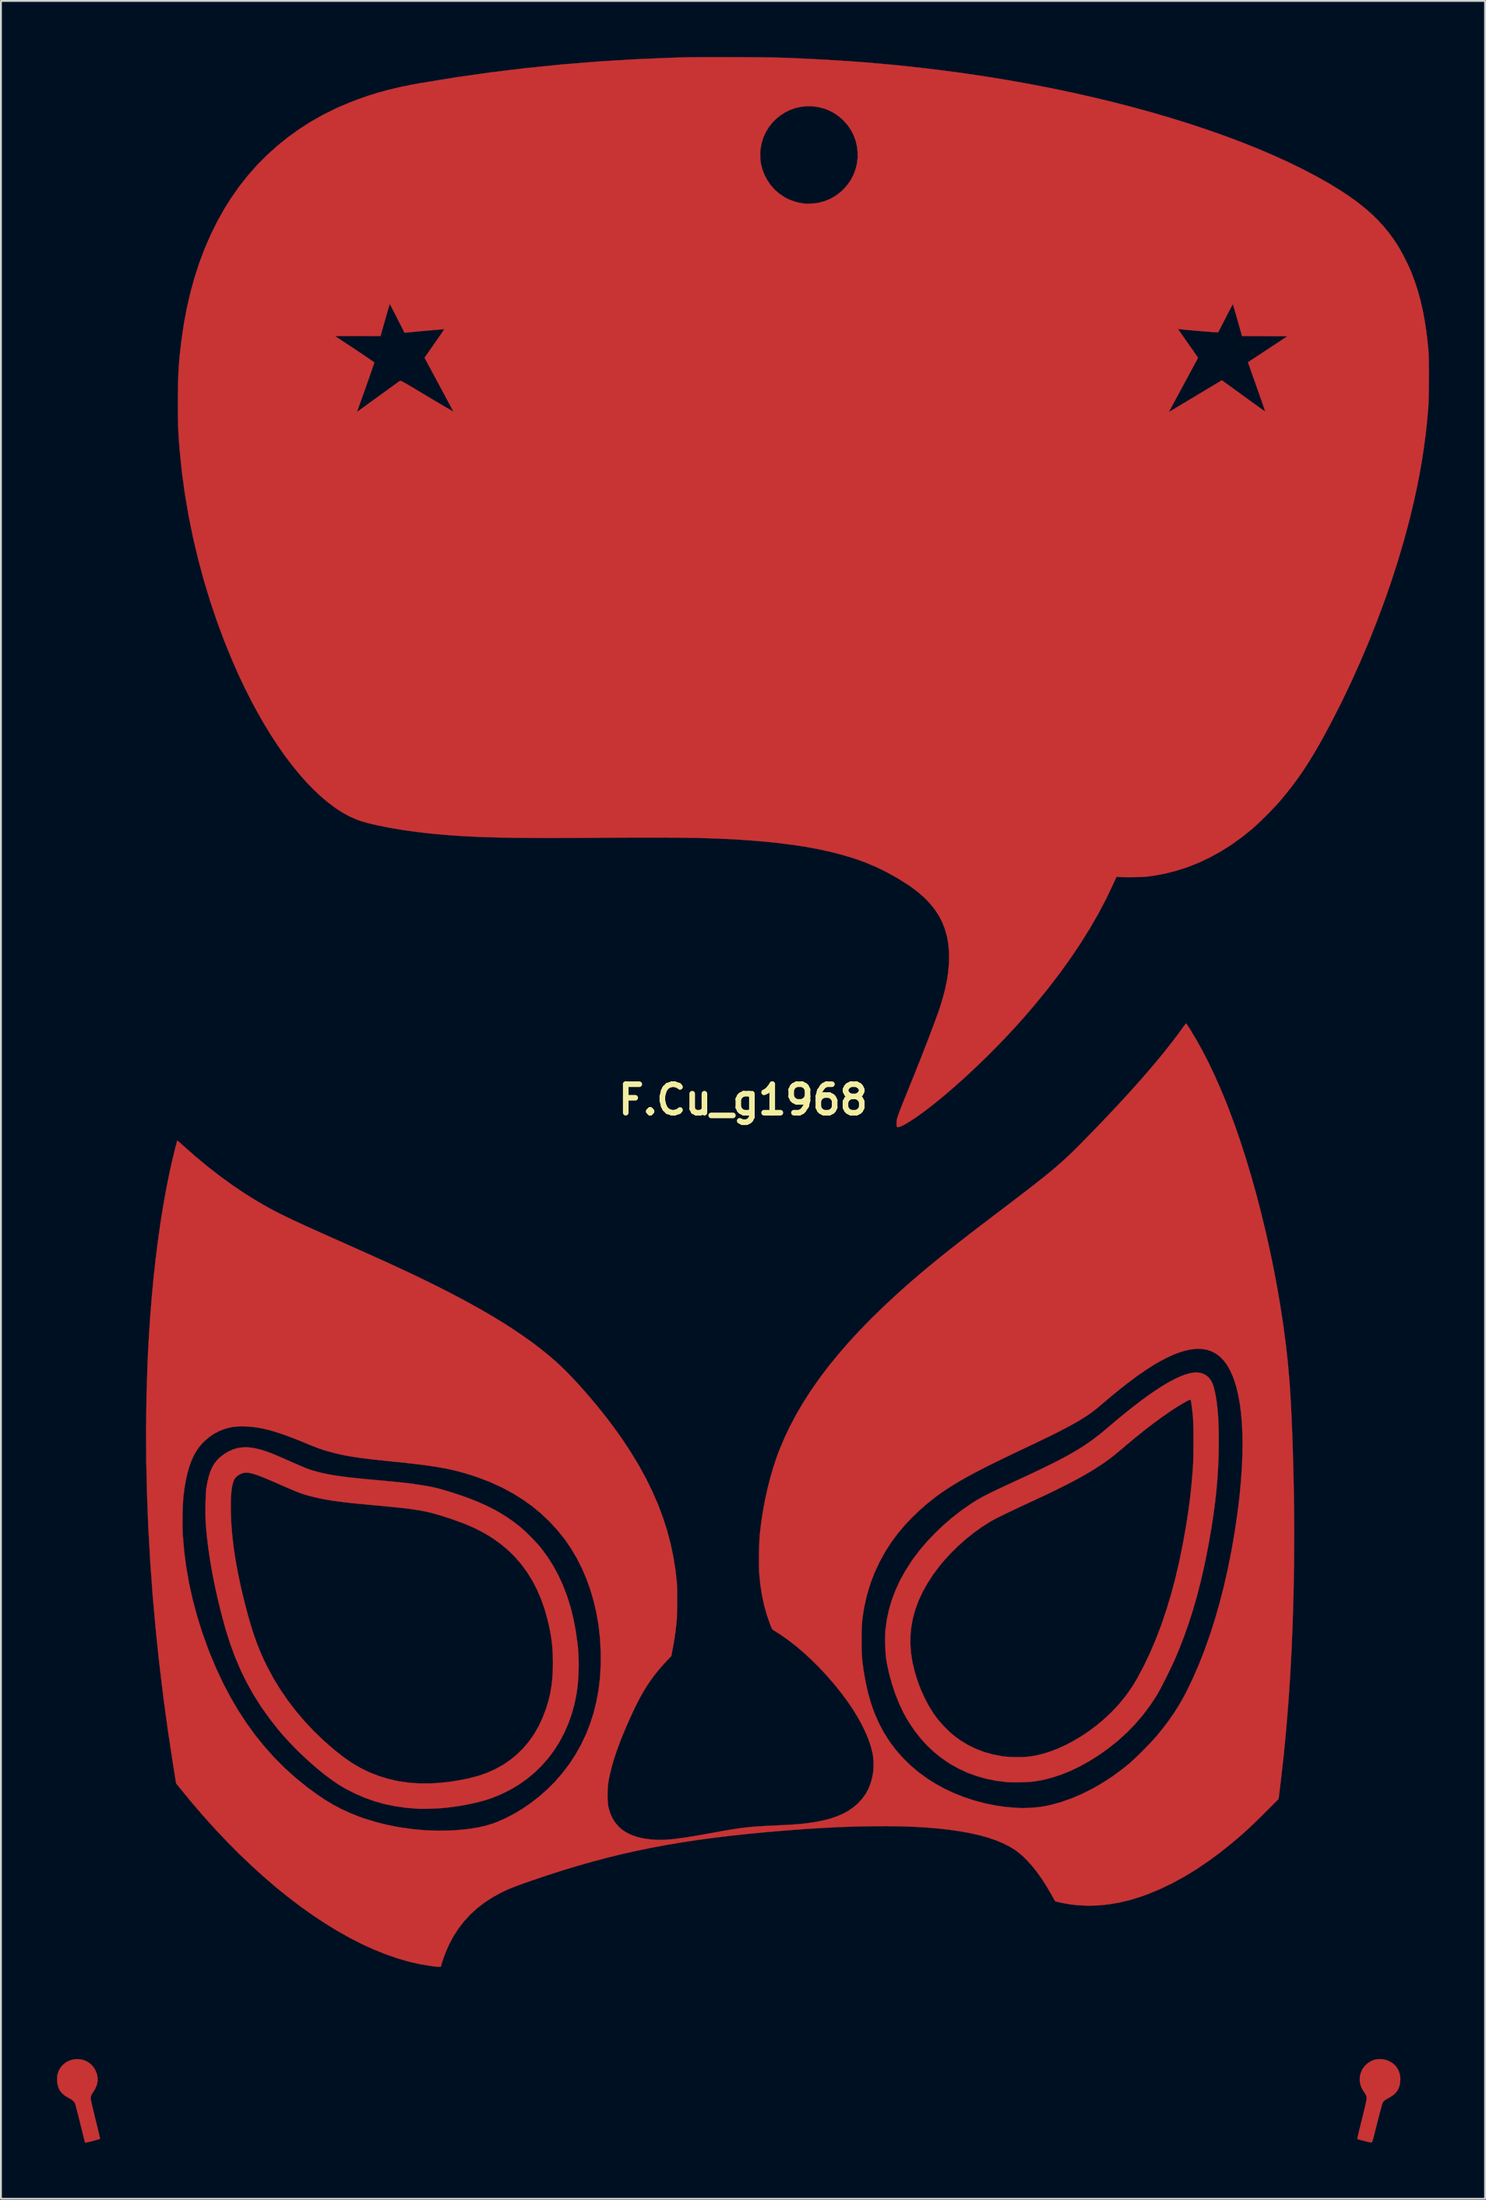
<source format=kicad_pcb>
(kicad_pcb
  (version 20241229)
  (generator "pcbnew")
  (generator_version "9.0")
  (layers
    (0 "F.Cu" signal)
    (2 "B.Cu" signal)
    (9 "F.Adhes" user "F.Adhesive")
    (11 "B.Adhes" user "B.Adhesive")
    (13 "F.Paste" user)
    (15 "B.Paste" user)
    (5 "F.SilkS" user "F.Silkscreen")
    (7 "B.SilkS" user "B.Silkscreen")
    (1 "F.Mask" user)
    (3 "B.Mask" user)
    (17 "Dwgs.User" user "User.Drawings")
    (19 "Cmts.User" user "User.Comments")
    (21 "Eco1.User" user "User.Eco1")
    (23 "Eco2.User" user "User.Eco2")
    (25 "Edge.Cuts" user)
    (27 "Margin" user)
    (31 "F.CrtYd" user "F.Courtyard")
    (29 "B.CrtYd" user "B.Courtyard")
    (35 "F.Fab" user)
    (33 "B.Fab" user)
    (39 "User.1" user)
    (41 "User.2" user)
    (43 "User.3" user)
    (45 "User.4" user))
  (footprint "F.Cu_g1968"
    (layer "F.Cu")
    (at 36.705 55.775)
    (property "Reference" "F.Cu_g1968" (at 0 0 0) (layer "F.SilkS") (effects (font (size 1.524 1.524) (thickness 0.3))))
    (attr through_hole)
    (fp_poly (pts (xy 34.223 51.316) (xy 34.418 51.36) (xy 34.601 51.436) (xy 34.767 51.541) (xy 34.907 51.671) (xy 34.977 51.764) (xy 35.073 51.935) (xy 35.133 52.111) (xy 35.161 52.303) (xy 35.163 52.398) (xy 35.146 52.62) (xy 35.095 52.817) (xy 35.009 52.991) (xy 34.887 53.143) (xy 34.728 53.275) (xy 34.544 53.382) (xy 34.42 53.449) (xy 34.33 53.51) (xy 34.265 53.573) (xy 34.228 53.624) (xy 34.212 53.663) (xy 34.186 53.74) (xy 34.153 53.854) (xy 34.112 54.002) (xy 34.064 54.181) (xy 34.01 54.39) (xy 33.95 54.626) (xy 33.923 54.73) (xy 33.865 54.963) (xy 33.816 55.158) (xy 33.775 55.318) (xy 33.741 55.447) (xy 33.714 55.549) (xy 33.692 55.626) (xy 33.674 55.682) (xy 33.659 55.721) (xy 33.647 55.746) (xy 33.635 55.759) (xy 33.624 55.765) (xy 33.612 55.767) (xy 33.575 55.763) (xy 33.504 55.75) (xy 33.409 55.729) (xy 33.298 55.702) (xy 33.217 55.682) (xy 33.103 55.652) (xy 33.003 55.625) (xy 32.925 55.603) (xy 32.875 55.587) (xy 32.862 55.581) (xy 32.864 55.559) (xy 32.876 55.499) (xy 32.897 55.406) (xy 32.925 55.285) (xy 32.96 55.137) (xy 33.001 54.969) (xy 33.046 54.784) (xy 33.096 54.585) (xy 33.106 54.544) (xy 33.164 54.312) (xy 33.216 54.099) (xy 33.261 53.909) (xy 33.299 53.744) (xy 33.329 53.608) (xy 33.35 53.504) (xy 33.362 53.436) (xy 33.364 53.414) (xy 33.357 53.33) (xy 33.333 53.25) (xy 33.286 53.161) (xy 33.218 53.062) (xy 33.103 52.871) (xy 33.028 52.671) (xy 32.993 52.467) (xy 32.998 52.261) (xy 33.043 52.058) (xy 33.128 51.862) (xy 33.168 51.794) (xy 33.281 51.653) (xy 33.424 51.527) (xy 33.586 51.423) (xy 33.756 51.35) (xy 33.825 51.331) (xy 34.023 51.305) (xy 34.223 51.316)) (stroke (width 0.01) (type solid)) (fill yes) (layer "F.Cu"))
    (fp_poly (pts (xy -35.407 51.328) (xy -35.208 51.386) (xy -35.026 51.481) (xy -34.867 51.608) (xy -34.733 51.766) (xy -34.65 51.909) (xy -34.57 52.112) (xy -34.533 52.311) (xy -34.536 52.51) (xy -34.582 52.708) (xy -34.67 52.908) (xy -34.746 53.035) (xy -34.813 53.138) (xy -34.858 53.216) (xy -34.885 53.28) (xy -34.899 53.338) (xy -34.904 53.401) (xy -34.904 53.416) (xy -34.899 53.455) (xy -34.884 53.53) (xy -34.861 53.638) (xy -34.831 53.774) (xy -34.794 53.933) (xy -34.751 54.111) (xy -34.705 54.304) (xy -34.654 54.507) (xy -34.649 54.529) (xy -34.599 54.73) (xy -34.552 54.919) (xy -34.511 55.092) (xy -34.474 55.244) (xy -34.444 55.372) (xy -34.422 55.472) (xy -34.408 55.539) (xy -34.403 55.57) (xy -34.403 55.571) (xy -34.424 55.582) (xy -34.479 55.6) (xy -34.56 55.624) (xy -34.658 55.652) (xy -34.766 55.681) (xy -34.875 55.709) (xy -34.979 55.735) (xy -35.068 55.756) (xy -35.136 55.77) (xy -35.174 55.775) (xy -35.174 55.775) (xy -35.206 55.757) (xy -35.211 55.748) (xy -35.218 55.722) (xy -35.234 55.66) (xy -35.258 55.565) (xy -35.289 55.441) (xy -35.326 55.292) (xy -35.369 55.123) (xy -35.415 54.937) (xy -35.464 54.739) (xy -35.467 54.726) (xy -35.517 54.526) (xy -35.564 54.337) (xy -35.609 54.164) (xy -35.648 54.01) (xy -35.683 53.88) (xy -35.71 53.778) (xy -35.73 53.709) (xy -35.741 53.676) (xy -35.741 53.676) (xy -35.793 53.595) (xy -35.862 53.524) (xy -35.956 53.456) (xy -36.083 53.384) (xy -36.086 53.383) (xy -36.278 53.268) (xy -36.431 53.139) (xy -36.548 52.994) (xy -36.63 52.829) (xy -36.68 52.64) (xy -36.698 52.463) (xy -36.7 52.296) (xy -36.684 52.155) (xy -36.648 52.025) (xy -36.591 51.891) (xy -36.579 51.87) (xy -36.467 51.698) (xy -36.325 51.554) (xy -36.157 51.441) (xy -35.969 51.361) (xy -35.763 51.317) (xy -35.62 51.308) (xy -35.407 51.328)) (stroke (width 0.01) (type solid)) (fill yes) (layer "F.Cu"))
    (fp_poly (pts (xy 24.438 14.599) (xy 24.622 14.653) (xy 24.785 14.742) (xy 24.925 14.867) (xy 25.042 15.027) (xy 25.133 15.221) (xy 25.167 15.321) (xy 25.236 15.587) (xy 25.295 15.88) (xy 25.345 16.204) (xy 25.384 16.559) (xy 25.415 16.948) (xy 25.436 17.372) (xy 25.448 17.835) (xy 25.451 18.277) (xy 25.443 18.919) (xy 25.42 19.555) (xy 25.382 20.192) (xy 25.328 20.834) (xy 25.258 21.488) (xy 25.17 22.159) (xy 25.065 22.853) (xy 24.941 23.575) (xy 24.837 24.13) (xy 24.666 24.97) (xy 24.481 25.774) (xy 24.282 26.546) (xy 24.068 27.291) (xy 23.837 28.013) (xy 23.588 28.717) (xy 23.32 29.406) (xy 23.174 29.755) (xy 23.098 29.93) (xy 23.008 30.127) (xy 22.908 30.34) (xy 22.801 30.563) (xy 22.69 30.79) (xy 22.578 31.014) (xy 22.469 31.229) (xy 22.365 31.428) (xy 22.27 31.606) (xy 22.186 31.756) (xy 22.137 31.84) (xy 21.786 32.379) (xy 21.4 32.894) (xy 20.98 33.384) (xy 20.527 33.85) (xy 20.041 34.29) (xy 19.522 34.703) (xy 19.039 35.045) (xy 18.525 35.369) (xy 18.013 35.653) (xy 17.502 35.898) (xy 16.994 36.102) (xy 16.49 36.265) (xy 15.991 36.387) (xy 15.557 36.459) (xy 15.427 36.473) (xy 15.265 36.484) (xy 15.08 36.493) (xy 14.882 36.5) (xy 14.682 36.503) (xy 14.488 36.504) (xy 14.312 36.501) (xy 14.162 36.495) (xy 14.097 36.49) (xy 13.548 36.422) (xy 13.017 36.316) (xy 12.504 36.172) (xy 12.01 35.992) (xy 11.537 35.775) (xy 11.085 35.522) (xy 10.655 35.235) (xy 10.249 34.912) (xy 9.866 34.556) (xy 9.51 34.167) (xy 9.179 33.744) (xy 9.008 33.496) (xy 8.851 33.253) (xy 8.715 33.025) (xy 8.592 32.801) (xy 8.476 32.566) (xy 8.359 32.308) (xy 8.317 32.212) (xy 8.126 31.726) (xy 7.957 31.216) (xy 7.815 30.695) (xy 7.703 30.178) (xy 7.659 29.919) (xy 7.64 29.769) (xy 7.625 29.587) (xy 7.613 29.383) (xy 7.605 29.166) (xy 7.604 29.123) (xy 8.949 29.123) (xy 8.986 29.604) (xy 9.064 30.087) (xy 9.072 30.127) (xy 9.19 30.61) (xy 9.337 31.085) (xy 9.511 31.546) (xy 9.71 31.989) (xy 9.931 32.407) (xy 10.171 32.795) (xy 10.339 33.031) (xy 10.469 33.194) (xy 10.622 33.37) (xy 10.788 33.548) (xy 10.958 33.719) (xy 11.123 33.874) (xy 11.263 33.993) (xy 11.64 34.271) (xy 12.037 34.511) (xy 12.453 34.713) (xy 12.889 34.879) (xy 13.346 35.008) (xy 13.824 35.101) (xy 14.011 35.126) (xy 14.149 35.139) (xy 14.317 35.148) (xy 14.505 35.153) (xy 14.7 35.155) (xy 14.891 35.153) (xy 15.068 35.147) (xy 15.217 35.137) (xy 15.231 35.135) (xy 15.615 35.08) (xy 16.012 34.988) (xy 16.421 34.861) (xy 16.838 34.701) (xy 17.258 34.51) (xy 17.678 34.289) (xy 18.096 34.04) (xy 18.506 33.765) (xy 18.907 33.466) (xy 19.288 33.148) (xy 19.729 32.734) (xy 20.134 32.299) (xy 20.502 31.842) (xy 20.835 31.363) (xy 21.098 30.924) (xy 21.447 30.266) (xy 21.775 29.577) (xy 22.082 28.856) (xy 22.37 28.103) (xy 22.637 27.316) (xy 22.886 26.495) (xy 23.115 25.639) (xy 23.325 24.746) (xy 23.516 23.818) (xy 23.675 22.935) (xy 23.761 22.405) (xy 23.836 21.904) (xy 23.9 21.422) (xy 23.956 20.947) (xy 24.003 20.468) (xy 24.045 19.975) (xy 24.07 19.622) (xy 24.078 19.487) (xy 24.084 19.321) (xy 24.089 19.128) (xy 24.093 18.914) (xy 24.095 18.686) (xy 24.097 18.449) (xy 24.097 18.209) (xy 24.096 17.972) (xy 24.095 17.744) (xy 24.091 17.531) (xy 24.087 17.339) (xy 24.082 17.174) (xy 24.075 17.041) (xy 24.07 16.976) (xy 24.057 16.834) (xy 24.041 16.688) (xy 24.023 16.542) (xy 24.006 16.403) (xy 23.988 16.278) (xy 23.972 16.173) (xy 23.957 16.094) (xy 23.946 16.047) (xy 23.942 16.038) (xy 23.914 16.039) (xy 23.855 16.062) (xy 23.769 16.103) (xy 23.659 16.163) (xy 23.529 16.237) (xy 23.383 16.324) (xy 23.224 16.422) (xy 23.056 16.529) (xy 22.884 16.642) (xy 22.853 16.663) (xy 22.418 16.964) (xy 21.962 17.298) (xy 21.485 17.664) (xy 20.986 18.065) (xy 20.465 18.5) (xy 20.352 18.596) (xy 20.216 18.711) (xy 20.077 18.827) (xy 19.94 18.94) (xy 19.814 19.041) (xy 19.706 19.127) (xy 19.632 19.184) (xy 19.396 19.355) (xy 19.149 19.525) (xy 18.887 19.696) (xy 18.609 19.867) (xy 18.312 20.042) (xy 17.993 20.221) (xy 17.65 20.406) (xy 17.28 20.597) (xy 16.882 20.798) (xy 16.451 21.008) (xy 15.986 21.229) (xy 15.485 21.462) (xy 15.346 21.526) (xy 15.037 21.669) (xy 14.741 21.807) (xy 14.46 21.94) (xy 14.198 22.066) (xy 13.958 22.182) (xy 13.742 22.289) (xy 13.555 22.383) (xy 13.399 22.464) (xy 13.278 22.53) (xy 13.237 22.554) (xy 12.785 22.839) (xy 12.336 23.161) (xy 11.896 23.515) (xy 11.471 23.895) (xy 11.069 24.295) (xy 10.694 24.711) (xy 10.514 24.929) (xy 10.172 25.386) (xy 9.872 25.844) (xy 9.614 26.304) (xy 9.398 26.767) (xy 9.224 27.233) (xy 9.092 27.701) (xy 9.003 28.172) (xy 8.955 28.646) (xy 8.949 29.123) (xy 7.604 29.123) (xy 7.601 28.948) (xy 7.601 28.736) (xy 7.606 28.543) (xy 7.616 28.376) (xy 7.619 28.348) (xy 7.69 27.81) (xy 7.803 27.278) (xy 7.958 26.751) (xy 8.155 26.23) (xy 8.394 25.714) (xy 8.675 25.204) (xy 8.998 24.698) (xy 9.126 24.514) (xy 9.472 24.062) (xy 9.855 23.615) (xy 10.27 23.178) (xy 10.711 22.758) (xy 11.174 22.358) (xy 11.653 21.983) (xy 12.139 21.643) (xy 12.254 21.567) (xy 12.366 21.496) (xy 12.478 21.427) (xy 12.592 21.36) (xy 12.714 21.291) (xy 12.844 21.22) (xy 12.988 21.145) (xy 13.147 21.065) (xy 13.324 20.977) (xy 13.524 20.881) (xy 13.749 20.774) (xy 14.002 20.655) (xy 14.287 20.523) (xy 14.606 20.375) (xy 14.711 20.327) (xy 15.178 20.111) (xy 15.609 19.908) (xy 16.005 19.719) (xy 16.371 19.54) (xy 16.709 19.371) (xy 17.02 19.21) (xy 17.309 19.055) (xy 17.578 18.905) (xy 17.83 18.758) (xy 18.067 18.613) (xy 18.292 18.467) (xy 18.508 18.32) (xy 18.717 18.169) (xy 18.923 18.014) (xy 19.128 17.852) (xy 19.334 17.682) (xy 19.494 17.546) (xy 19.992 17.126) (xy 20.464 16.739) (xy 20.91 16.385) (xy 21.333 16.063) (xy 21.731 15.774) (xy 22.105 15.516) (xy 22.456 15.291) (xy 22.784 15.097) (xy 23.09 14.935) (xy 23.373 14.803) (xy 23.636 14.702) (xy 23.877 14.631) (xy 24.01 14.604) (xy 24.234 14.583) (xy 24.438 14.599)) (stroke (width 0.01) (type solid)) (fill yes) (layer "F.Cu"))
    (fp_poly (pts (xy -26.195 18.622) (xy -25.881 18.69) (xy -25.544 18.792) (xy -25.437 18.83) (xy -25.352 18.861) (xy -25.265 18.894) (xy -25.172 18.931) (xy -25.068 18.974) (xy -24.948 19.024) (xy -24.809 19.084) (xy -24.646 19.154) (xy -24.455 19.238) (xy -24.23 19.337) (xy -24.162 19.367) (xy -23.945 19.462) (xy -23.762 19.542) (xy -23.607 19.609) (xy -23.474 19.664) (xy -23.359 19.71) (xy -23.256 19.748) (xy -23.16 19.782) (xy -23.066 19.813) (xy -22.968 19.842) (xy -22.901 19.861) (xy -22.677 19.921) (xy -22.44 19.977) (xy -22.187 20.029) (xy -21.915 20.078) (xy -21.62 20.124) (xy -21.298 20.167) (xy -20.945 20.209) (xy -20.558 20.25) (xy -20.133 20.291) (xy -20.055 20.298) (xy -19.702 20.33) (xy -19.386 20.359) (xy -19.106 20.385) (xy -18.857 20.408) (xy -18.635 20.43) (xy -18.436 20.45) (xy -18.258 20.469) (xy -18.096 20.487) (xy -17.947 20.504) (xy -17.806 20.522) (xy -17.671 20.54) (xy -17.537 20.559) (xy -17.402 20.579) (xy -17.293 20.596) (xy -17.058 20.633) (xy -16.851 20.669) (xy -16.663 20.705) (xy -16.484 20.744) (xy -16.306 20.788) (xy -16.118 20.839) (xy -15.912 20.899) (xy -15.677 20.971) (xy -15.61 20.991) (xy -15.093 21.16) (xy -14.614 21.333) (xy -14.168 21.511) (xy -13.752 21.696) (xy -13.36 21.891) (xy -12.99 22.099) (xy -12.636 22.32) (xy -12.294 22.558) (xy -11.989 22.791) (xy -11.861 22.898) (xy -11.714 23.031) (xy -11.554 23.182) (xy -11.389 23.344) (xy -11.226 23.511) (xy -11.072 23.674) (xy -10.934 23.827) (xy -10.819 23.962) (xy -10.8 23.986) (xy -10.46 24.446) (xy -10.152 24.932) (xy -9.876 25.444) (xy -9.63 25.983) (xy -9.414 26.549) (xy -9.229 27.142) (xy -9.075 27.764) (xy -8.95 28.415) (xy -8.856 29.096) (xy -8.834 29.295) (xy -8.81 29.614) (xy -8.797 29.959) (xy -8.795 30.32) (xy -8.805 30.686) (xy -8.826 31.046) (xy -8.857 31.389) (xy -8.899 31.704) (xy -8.912 31.786) (xy -9.027 32.346) (xy -9.179 32.885) (xy -9.365 33.402) (xy -9.585 33.897) (xy -9.838 34.367) (xy -10.123 34.813) (xy -10.439 35.233) (xy -10.786 35.625) (xy -11.162 35.989) (xy -11.567 36.324) (xy -11.999 36.629) (xy -12.458 36.902) (xy -12.943 37.142) (xy -13.453 37.349) (xy -13.455 37.349) (xy -13.757 37.449) (xy -14.094 37.544) (xy -14.46 37.631) (xy -14.845 37.71) (xy -15.244 37.778) (xy -15.65 37.835) (xy -16.023 37.876) (xy -16.159 37.887) (xy -16.323 37.897) (xy -16.503 37.906) (xy -16.692 37.913) (xy -16.88 37.918) (xy -17.058 37.921) (xy -17.216 37.922) (xy -17.345 37.92) (xy -17.388 37.918) (xy -17.999 37.87) (xy -18.585 37.788) (xy -19.15 37.673) (xy -19.697 37.522) (xy -20.229 37.335) (xy -20.748 37.112) (xy -21.258 36.851) (xy -21.39 36.776) (xy -21.679 36.599) (xy -21.986 36.39) (xy -22.307 36.152) (xy -22.638 35.89) (xy -22.974 35.606) (xy -23.312 35.306) (xy -23.647 34.992) (xy -23.975 34.669) (xy -24.292 34.339) (xy -24.593 34.008) (xy -24.875 33.678) (xy -24.905 33.642) (xy -25.372 33.044) (xy -25.801 32.435) (xy -26.193 31.813) (xy -26.55 31.174) (xy -26.874 30.516) (xy -27.166 29.834) (xy -27.429 29.126) (xy -27.663 28.388) (xy -27.704 28.247) (xy -27.9 27.527) (xy -28.078 26.81) (xy -28.238 26.1) (xy -28.379 25.401) (xy -28.5 24.719) (xy -28.6 24.057) (xy -28.679 23.42) (xy -28.735 22.813) (xy -28.746 22.665) (xy -28.754 22.514) (xy -28.759 22.336) (xy -28.762 22.139) (xy -28.762 21.931) (xy -28.76 21.718) (xy -28.759 21.618) (xy -27.407 21.618) (xy -27.406 21.952) (xy -27.405 22.032) (xy -27.381 22.643) (xy -27.332 23.275) (xy -27.256 23.931) (xy -27.154 24.611) (xy -27.025 25.318) (xy -26.869 26.053) (xy -26.701 26.755) (xy -26.585 27.21) (xy -26.472 27.629) (xy -26.361 28.016) (xy -26.251 28.375) (xy -26.139 28.713) (xy -26.023 29.034) (xy -25.903 29.343) (xy -25.776 29.645) (xy -25.641 29.945) (xy -25.495 30.248) (xy -25.453 30.332) (xy -25.123 30.946) (xy -24.754 31.549) (xy -24.348 32.139) (xy -23.907 32.713) (xy -23.434 33.267) (xy -22.932 33.799) (xy -22.402 34.306) (xy -21.848 34.786) (xy -21.364 35.166) (xy -20.918 35.475) (xy -20.453 35.746) (xy -19.97 35.979) (xy -19.47 36.173) (xy -18.954 36.33) (xy -18.423 36.447) (xy -17.878 36.525) (xy -17.319 36.564) (xy -16.748 36.564) (xy -16.542 36.554) (xy -16.095 36.52) (xy -15.662 36.47) (xy -15.228 36.402) (xy -14.778 36.314) (xy -14.658 36.288) (xy -14.168 36.16) (xy -13.703 35.998) (xy -13.263 35.802) (xy -12.851 35.574) (xy -12.465 35.314) (xy -12.107 35.021) (xy -11.776 34.697) (xy -11.474 34.342) (xy -11.201 33.957) (xy -10.957 33.542) (xy -10.744 33.097) (xy -10.561 32.623) (xy -10.513 32.479) (xy -10.405 32.11) (xy -10.319 31.746) (xy -10.254 31.379) (xy -10.209 30.999) (xy -10.182 30.598) (xy -10.173 30.167) (xy -10.173 30.12) (xy -10.178 29.754) (xy -10.193 29.414) (xy -10.221 29.09) (xy -10.262 28.771) (xy -10.318 28.444) (xy -10.391 28.099) (xy -10.456 27.822) (xy -10.615 27.251) (xy -10.804 26.711) (xy -11.023 26.201) (xy -11.272 25.72) (xy -11.551 25.269) (xy -11.86 24.847) (xy -12.199 24.454) (xy -12.569 24.09) (xy -12.969 23.755) (xy -13.377 23.463) (xy -13.676 23.275) (xy -13.983 23.101) (xy -14.303 22.938) (xy -14.643 22.783) (xy -15.01 22.634) (xy -15.408 22.488) (xy -15.723 22.381) (xy -15.941 22.31) (xy -16.143 22.246) (xy -16.335 22.188) (xy -16.519 22.136) (xy -16.7 22.089) (xy -16.88 22.045) (xy -17.065 22.006) (xy -17.256 21.969) (xy -17.458 21.935) (xy -17.675 21.903) (xy -17.91 21.871) (xy -18.166 21.84) (xy -18.448 21.809) (xy -18.76 21.777) (xy -19.103 21.744) (xy -19.484 21.708) (xy -19.738 21.685) (xy -20.158 21.646) (xy -20.54 21.609) (xy -20.887 21.574) (xy -21.202 21.539) (xy -21.489 21.505) (xy -21.751 21.47) (xy -21.992 21.436) (xy -22.216 21.4) (xy -22.426 21.362) (xy -22.626 21.322) (xy -22.819 21.28) (xy -23.009 21.235) (xy -23.04 21.227) (xy -23.179 21.192) (xy -23.306 21.157) (xy -23.426 21.122) (xy -23.544 21.085) (xy -23.665 21.043) (xy -23.794 20.996) (xy -23.936 20.94) (xy -24.095 20.874) (xy -24.278 20.796) (xy -24.489 20.705) (xy -24.733 20.598) (xy -24.765 20.584) (xy -25.058 20.456) (xy -25.316 20.345) (xy -25.542 20.25) (xy -25.738 20.17) (xy -25.909 20.104) (xy -26.057 20.051) (xy -26.185 20.01) (xy -26.297 19.98) (xy -26.394 19.959) (xy -26.481 19.947) (xy -26.561 19.942) (xy -26.617 19.943) (xy -26.771 19.968) (xy -26.919 20.025) (xy -27.051 20.109) (xy -27.16 20.214) (xy -27.237 20.335) (xy -27.241 20.345) (xy -27.29 20.483) (xy -27.331 20.647) (xy -27.362 20.84) (xy -27.385 21.065) (xy -27.4 21.323) (xy -27.407 21.618) (xy -28.759 21.618) (xy -28.757 21.509) (xy -28.751 21.308) (xy -28.743 21.125) (xy -28.734 20.967) (xy -28.723 20.839) (xy -28.716 20.786) (xy -28.659 20.451) (xy -28.588 20.155) (xy -28.504 19.892) (xy -28.404 19.662) (xy -28.286 19.46) (xy -28.151 19.284) (xy -27.996 19.13) (xy -27.986 19.121) (xy -27.755 18.943) (xy -27.521 18.801) (xy -27.279 18.695) (xy -27.028 18.624) (xy -26.766 18.589) (xy -26.489 18.588) (xy -26.195 18.622)) (stroke (width 0.01) (type solid)) (fill yes) (layer "F.Cu"))
    (fp_poly (pts (xy -1.015 -55.77) (xy -0.666 -55.769) (xy -0.315 -55.768) (xy 0.033 -55.766) (xy 0.374 -55.764) (xy 0.704 -55.761) (xy 1.019 -55.758) (xy 1.314 -55.754) (xy 1.585 -55.75) (xy 1.828 -55.745) (xy 2.038 -55.74) (xy 2.212 -55.735) (xy 2.254 -55.733) (xy 3.163 -55.695) (xy 4.036 -55.652) (xy 4.878 -55.604) (xy 5.697 -55.55) (xy 6.497 -55.491) (xy 7.285 -55.425) (xy 8.067 -55.352) (xy 8.849 -55.272) (xy 9.637 -55.184) (xy 10.436 -55.088) (xy 10.71 -55.053) (xy 11.889 -54.895) (xy 13.059 -54.72) (xy 14.217 -54.53) (xy 15.363 -54.325) (xy 16.495 -54.106) (xy 17.61 -53.872) (xy 18.708 -53.625) (xy 19.787 -53.365) (xy 20.846 -53.092) (xy 21.882 -52.808) (xy 22.894 -52.511) (xy 23.881 -52.204) (xy 24.841 -51.885) (xy 25.772 -51.557) (xy 26.672 -51.219) (xy 27.541 -50.871) (xy 28.377 -50.515) (xy 29.177 -50.15) (xy 29.94 -49.778) (xy 30.666 -49.398) (xy 31.351 -49.011) (xy 31.496 -48.925) (xy 31.993 -48.618) (xy 32.451 -48.314) (xy 32.873 -48.008) (xy 33.261 -47.7) (xy 33.62 -47.386) (xy 33.951 -47.064) (xy 34.258 -46.73) (xy 34.544 -46.382) (xy 34.811 -46.017) (xy 35.034 -45.68) (xy 35.118 -45.54) (xy 35.213 -45.37) (xy 35.315 -45.179) (xy 35.419 -44.975) (xy 35.521 -44.769) (xy 35.616 -44.569) (xy 35.7 -44.384) (xy 35.768 -44.223) (xy 35.77 -44.217) (xy 35.946 -43.745) (xy 36.102 -43.263) (xy 36.239 -42.766) (xy 36.358 -42.25) (xy 36.461 -41.711) (xy 36.548 -41.144) (xy 36.621 -40.544) (xy 36.665 -40.079) (xy 36.673 -39.957) (xy 36.68 -39.799) (xy 36.685 -39.61) (xy 36.689 -39.395) (xy 36.692 -39.16) (xy 36.693 -38.911) (xy 36.693 -38.653) (xy 36.692 -38.391) (xy 36.69 -38.133) (xy 36.686 -37.882) (xy 36.682 -37.645) (xy 36.676 -37.428) (xy 36.669 -37.235) (xy 36.661 -37.072) (xy 36.654 -36.978) (xy 36.59 -36.254) (xy 36.513 -35.552) (xy 36.422 -34.862) (xy 36.317 -34.175) (xy 36.195 -33.481) (xy 36.054 -32.768) (xy 35.908 -32.089) (xy 35.655 -31.032) (xy 35.368 -29.958) (xy 35.048 -28.871) (xy 34.696 -27.775) (xy 34.314 -26.675) (xy 33.903 -25.575) (xy 33.466 -24.478) (xy 33.004 -23.39) (xy 32.519 -22.315) (xy 32.012 -21.256) (xy 31.484 -20.219) (xy 31.059 -19.425) (xy 30.777 -18.922) (xy 30.503 -18.454) (xy 30.232 -18.015) (xy 29.961 -17.6) (xy 29.685 -17.203) (xy 29.401 -16.817) (xy 29.105 -16.438) (xy 28.793 -16.059) (xy 28.727 -15.981) (xy 28.62 -15.86) (xy 28.489 -15.718) (xy 28.339 -15.56) (xy 28.176 -15.391) (xy 28.005 -15.219) (xy 27.833 -15.048) (xy 27.665 -14.885) (xy 27.508 -14.735) (xy 27.366 -14.604) (xy 27.247 -14.499) (xy 27.239 -14.491) (xy 26.689 -14.049) (xy 26.129 -13.647) (xy 25.558 -13.286) (xy 24.977 -12.966) (xy 24.386 -12.686) (xy 23.786 -12.448) (xy 23.175 -12.251) (xy 22.555 -12.095) (xy 21.926 -11.98) (xy 21.579 -11.935) (xy 21.487 -11.927) (xy 21.36 -11.92) (xy 21.208 -11.915) (xy 21.037 -11.911) (xy 20.858 -11.908) (xy 20.678 -11.907) (xy 20.505 -11.907) (xy 20.348 -11.909) (xy 20.214 -11.913) (xy 20.143 -11.917) (xy 19.976 -11.927) (xy 19.809 -11.557) (xy 19.432 -10.765) (xy 19.014 -9.97) (xy 18.554 -9.172) (xy 18.054 -8.369) (xy 17.512 -7.563) (xy 16.928 -6.752) (xy 16.302 -5.937) (xy 15.635 -5.118) (xy 15.114 -4.508) (xy 14.665 -4.004) (xy 14.197 -3.496) (xy 13.713 -2.989) (xy 13.217 -2.487) (xy 12.715 -1.994) (xy 12.21 -1.514) (xy 11.707 -1.052) (xy 11.21 -0.612) (xy 10.724 -0.197) (xy 10.252 0.189) (xy 9.982 0.4) (xy 9.719 0.6) (xy 9.471 0.781) (xy 9.241 0.944) (xy 9.029 1.086) (xy 8.837 1.207) (xy 8.668 1.306) (xy 8.523 1.382) (xy 8.404 1.433) (xy 8.312 1.459) (xy 8.249 1.459) (xy 8.227 1.446) (xy 8.22 1.42) (xy 8.215 1.362) (xy 8.213 1.285) (xy 8.213 1.269) (xy 8.213 1.224) (xy 8.214 1.181) (xy 8.217 1.139) (xy 8.222 1.095) (xy 8.232 1.046) (xy 8.245 0.99) (xy 8.265 0.923) (xy 8.29 0.845) (xy 8.323 0.751) (xy 8.364 0.641) (xy 8.413 0.51) (xy 8.473 0.357) (xy 8.544 0.179) (xy 8.626 -0.026) (xy 8.721 -0.261) (xy 8.829 -0.529) (xy 8.952 -0.831) (xy 9.046 -1.065) (xy 9.178 -1.391) (xy 9.312 -1.726) (xy 9.447 -2.065) (xy 9.581 -2.405) (xy 9.712 -2.743) (xy 9.84 -3.073) (xy 9.962 -3.392) (xy 10.078 -3.698) (xy 10.186 -3.984) (xy 10.285 -4.249) (xy 10.372 -4.488) (xy 10.447 -4.697) (xy 10.507 -4.872) (xy 10.531 -4.942) (xy 10.685 -5.445) (xy 10.81 -5.923) (xy 10.905 -6.381) (xy 10.972 -6.825) (xy 11.012 -7.258) (xy 11.021 -7.451) (xy 11.019 -7.9) (xy 10.982 -8.327) (xy 10.911 -8.734) (xy 10.803 -9.121) (xy 10.659 -9.49) (xy 10.478 -9.842) (xy 10.259 -10.178) (xy 10.001 -10.499) (xy 9.705 -10.807) (xy 9.369 -11.103) (xy 8.992 -11.387) (xy 8.839 -11.492) (xy 8.275 -11.847) (xy 7.699 -12.169) (xy 7.116 -12.454) (xy 6.531 -12.7) (xy 6.318 -12.78) (xy 5.785 -12.96) (xy 5.223 -13.124) (xy 4.63 -13.274) (xy 4.005 -13.41) (xy 3.347 -13.531) (xy 2.654 -13.637) (xy 1.924 -13.731) (xy 1.156 -13.81) (xy 0.54 -13.862) (xy 0.232 -13.885) (xy -0.075 -13.906) (xy -0.383 -13.925) (xy -0.695 -13.943) (xy -1.013 -13.958) (xy -1.339 -13.972) (xy -1.676 -13.984) (xy -2.027 -13.995) (xy -2.393 -14.004) (xy -2.776 -14.011) (xy -3.18 -14.017) (xy -3.607 -14.022) (xy -4.058 -14.025) (xy -4.537 -14.027) (xy -5.046 -14.028) (xy -5.587 -14.027) (xy -6.162 -14.025) (xy -6.774 -14.022) (xy -7.425 -14.018) (xy -7.656 -14.016) (xy -8.357 -14.011) (xy -9.018 -14.008) (xy -9.641 -14.006) (xy -10.228 -14.005) (xy -10.782 -14.005) (xy -11.303 -14.007) (xy -11.796 -14.011) (xy -12.261 -14.016) (xy -12.701 -14.023) (xy -13.119 -14.031) (xy -13.515 -14.042) (xy -13.893 -14.054) (xy -14.254 -14.068) (xy -14.601 -14.084) (xy -14.936 -14.101) (xy -15.261 -14.121) (xy -15.578 -14.143) (xy -15.89 -14.167) (xy -16.198 -14.194) (xy -16.504 -14.222) (xy -16.811 -14.253) (xy -16.849 -14.257) (xy -17.255 -14.303) (xy -17.66 -14.354) (xy -18.058 -14.411) (xy -18.448 -14.472) (xy -18.824 -14.536) (xy -19.182 -14.603) (xy -19.52 -14.672) (xy -19.833 -14.743) (xy -20.116 -14.814) (xy -20.367 -14.885) (xy -20.582 -14.955) (xy -20.671 -14.988) (xy -21.051 -15.156) (xy -21.434 -15.366) (xy -21.819 -15.616) (xy -22.205 -15.905) (xy -22.593 -16.232) (xy -22.98 -16.596) (xy -23.366 -16.996) (xy -23.75 -17.43) (xy -24.132 -17.899) (xy -24.51 -18.4) (xy -24.885 -18.934) (xy -25.254 -19.498) (xy -25.617 -20.091) (xy -25.974 -20.714) (xy -26.323 -21.364) (xy -26.664 -22.04) (xy -26.996 -22.743) (xy -27.318 -23.47) (xy -27.319 -23.472) (xy -27.754 -24.536) (xy -28.158 -25.624) (xy -28.529 -26.73) (xy -28.867 -27.852) (xy -29.171 -28.985) (xy -29.438 -30.125) (xy -29.67 -31.268) (xy -29.864 -32.41) (xy -30.019 -33.548) (xy -30.135 -34.678) (xy -30.14 -34.734) (xy -30.16 -34.984) (xy -30.178 -35.208) (xy -30.192 -35.414) (xy -30.204 -35.609) (xy -30.214 -35.797) (xy -30.222 -35.987) (xy -30.227 -36.183) (xy -30.231 -36.394) (xy -30.234 -36.625) (xy -30.236 -36.883) (xy -30.236 -37.174) (xy -30.236 -37.306) (xy -30.235 -37.682) (xy -30.233 -38.023) (xy -30.227 -38.334) (xy -30.219 -38.622) (xy -30.208 -38.894) (xy -30.194 -39.156) (xy -30.175 -39.415) (xy -30.153 -39.678) (xy -30.125 -39.95) (xy -30.093 -40.238) (xy -30.056 -40.549) (xy -30.055 -40.555) (xy -30.013 -40.851) (xy -21.833 -40.851) (xy -20.78 -40.154) (xy -20.591 -40.028) (xy -20.413 -39.909) (xy -20.248 -39.798) (xy -20.101 -39.699) (xy -19.974 -39.612) (xy -19.87 -39.54) (xy -19.792 -39.485) (xy -19.743 -39.449) (xy -19.727 -39.435) (xy -19.734 -39.411) (xy -19.754 -39.351) (xy -19.787 -39.256) (xy -19.83 -39.13) (xy -19.884 -38.975) (xy -19.947 -38.795) (xy -20.018 -38.592) (xy -20.097 -38.369) (xy -20.181 -38.129) (xy -20.271 -37.875) (xy -20.365 -37.61) (xy -20.462 -37.336) (xy -20.561 -37.056) (xy -20.562 -37.055) (xy -20.659 -36.783) (xy -20.633 -36.802) (xy 22.789 -36.802) (xy 22.79 -36.793) (xy 22.81 -36.805) (xy 22.864 -36.837) (xy 22.949 -36.888) (xy 23.062 -36.955) (xy 23.199 -37.038) (xy 23.359 -37.133) (xy 23.538 -37.241) (xy 23.734 -37.358) (xy 23.944 -37.484) (xy 24.165 -37.616) (xy 24.211 -37.644) (xy 25.615 -38.485) (xy 25.714 -38.415) (xy 25.749 -38.39) (xy 25.814 -38.342) (xy 25.907 -38.275) (xy 26.025 -38.189) (xy 26.164 -38.089) (xy 26.32 -37.975) (xy 26.491 -37.851) (xy 26.673 -37.719) (xy 26.863 -37.581) (xy 26.87 -37.577) (xy 27.056 -37.441) (xy 27.233 -37.313) (xy 27.396 -37.196) (xy 27.543 -37.09) (xy 27.671 -36.999) (xy 27.777 -36.923) (xy 27.858 -36.867) (xy 27.911 -36.83) (xy 27.933 -36.816) (xy 27.933 -36.816) (xy 27.928 -36.837) (xy 27.91 -36.894) (xy 27.88 -36.983) (xy 27.839 -37.1) (xy 27.79 -37.242) (xy 27.734 -37.405) (xy 27.67 -37.585) (xy 27.602 -37.778) (xy 27.589 -37.816) (xy 27.515 -38.025) (xy 27.442 -38.232) (xy 27.371 -38.433) (xy 27.304 -38.621) (xy 27.244 -38.791) (xy 27.193 -38.937) (xy 27.151 -39.054) (xy 27.125 -39.129) (xy 27.012 -39.45) (xy 28.067 -40.145) (xy 29.122 -40.841) (xy 27.907 -40.847) (xy 26.693 -40.852) (xy 26.674 -40.921) (xy 26.626 -41.092) (xy 26.576 -41.272) (xy 26.524 -41.457) (xy 26.472 -41.641) (xy 26.421 -41.82) (xy 26.372 -41.989) (xy 26.327 -42.145) (xy 26.288 -42.282) (xy 26.254 -42.395) (xy 26.228 -42.481) (xy 26.212 -42.534) (xy 26.205 -42.55) (xy 26.193 -42.536) (xy 26.164 -42.487) (xy 26.12 -42.409) (xy 26.064 -42.304) (xy 25.997 -42.177) (xy 25.922 -42.032) (xy 25.84 -41.872) (xy 25.814 -41.82) (xy 25.73 -41.655) (xy 25.652 -41.502) (xy 25.582 -41.365) (xy 25.521 -41.247) (xy 25.473 -41.153) (xy 25.439 -41.088) (xy 25.421 -41.055) (xy 25.419 -41.052) (xy 25.396 -41.05) (xy 25.336 -41.052) (xy 25.242 -41.057) (xy 25.121 -41.065) (xy 24.976 -41.075) (xy 24.813 -41.088) (xy 24.636 -41.102) (xy 24.45 -41.117) (xy 24.259 -41.133) (xy 24.068 -41.15) (xy 23.883 -41.167) (xy 23.707 -41.184) (xy 23.545 -41.2) (xy 23.403 -41.215) (xy 23.365 -41.219) (xy 23.266 -41.23) (xy 23.804 -40.46) (xy 24.342 -39.689) (xy 23.62 -38.35) (xy 23.5 -38.126) (xy 23.384 -37.911) (xy 23.275 -37.708) (xy 23.173 -37.52) (xy 23.082 -37.351) (xy 23.002 -37.203) (xy 22.935 -37.08) (xy 22.884 -36.985) (xy 22.849 -36.922) (xy 22.836 -36.897) (xy 22.806 -36.84) (xy 22.789 -36.802) (xy -20.633 -36.802) (xy -20.59 -36.835) (xy -20.561 -36.856) (xy -20.501 -36.9) (xy -20.412 -36.965) (xy -20.3 -37.047) (xy -20.165 -37.145) (xy -20.012 -37.256) (xy -19.845 -37.378) (xy -19.665 -37.509) (xy -19.476 -37.646) (xy -19.467 -37.653) (xy -19.278 -37.789) (xy -19.099 -37.919) (xy -18.933 -38.04) (xy -18.781 -38.15) (xy -18.648 -38.246) (xy -18.537 -38.326) (xy -18.451 -38.388) (xy -18.392 -38.43) (xy -18.364 -38.45) (xy -18.363 -38.45) (xy -18.353 -38.456) (xy -18.34 -38.458) (xy -18.322 -38.455) (xy -18.297 -38.447) (xy -18.261 -38.432) (xy -18.213 -38.408) (xy -18.15 -38.374) (xy -18.069 -38.328) (xy -17.968 -38.27) (xy -17.845 -38.198) (xy -17.698 -38.111) (xy -17.523 -38.007) (xy -17.318 -37.884) (xy -17.081 -37.742) (xy -16.902 -37.634) (xy -16.679 -37.501) (xy -16.468 -37.375) (xy -16.271 -37.258) (xy -16.09 -37.152) (xy -15.928 -37.057) (xy -15.788 -36.976) (xy -15.673 -36.91) (xy -15.585 -36.86) (xy -15.527 -36.829) (xy -15.502 -36.818) (xy -15.501 -36.819) (xy -15.513 -36.842) (xy -15.543 -36.9) (xy -15.591 -36.989) (xy -15.653 -37.106) (xy -15.73 -37.249) (xy -15.818 -37.415) (xy -15.917 -37.6) (xy -16.026 -37.802) (xy -16.141 -38.017) (xy -16.263 -38.244) (xy -16.277 -38.27) (xy -17.041 -39.69) (xy -16.511 -40.452) (xy -16.4 -40.611) (xy -16.297 -40.759) (xy -16.205 -40.893) (xy -16.125 -41.008) (xy -16.061 -41.102) (xy -16.013 -41.171) (xy -15.986 -41.211) (xy -15.981 -41.219) (xy -16.001 -41.218) (xy -16.059 -41.214) (xy -16.148 -41.206) (xy -16.266 -41.196) (xy -16.406 -41.184) (xy -16.563 -41.17) (xy -16.734 -41.155) (xy -16.912 -41.139) (xy -17.093 -41.123) (xy -17.272 -41.107) (xy -17.445 -41.091) (xy -17.605 -41.076) (xy -17.749 -41.063) (xy -17.872 -41.051) (xy -17.968 -41.042) (xy -18.025 -41.036) (xy -18.111 -41.027) (xy -18.501 -41.796) (xy -18.586 -41.962) (xy -18.665 -42.116) (xy -18.736 -42.254) (xy -18.797 -42.372) (xy -18.846 -42.465) (xy -18.88 -42.53) (xy -18.899 -42.562) (xy -18.902 -42.566) (xy -18.91 -42.546) (xy -18.928 -42.49) (xy -18.954 -42.401) (xy -18.989 -42.285) (xy -19.03 -42.144) (xy -19.076 -41.984) (xy -19.126 -41.808) (xy -19.154 -41.709) (xy -19.396 -40.852) (xy -20.615 -40.851) (xy -21.833 -40.851) (xy -30.013 -40.851) (xy -29.926 -41.456) (xy -29.764 -42.33) (xy -29.569 -43.178) (xy -29.342 -44.001) (xy -29.082 -44.796) (xy -28.79 -45.565) (xy -28.465 -46.307) (xy -28.109 -47.022) (xy -27.72 -47.709) (xy -27.4 -48.218) (xy -26.972 -48.83) (xy -26.511 -49.416) (xy -26.02 -49.973) (xy -25.498 -50.502) (xy -25.311 -50.671) (xy 0.917 -50.671) (xy 0.919 -50.351) (xy 0.962 -50.037) (xy 1.043 -49.731) (xy 1.16 -49.438) (xy 1.311 -49.16) (xy 1.494 -48.902) (xy 1.708 -48.667) (xy 1.949 -48.459) (xy 2.216 -48.28) (xy 2.349 -48.208) (xy 2.524 -48.129) (xy 2.715 -48.059) (xy 2.907 -48.003) (xy 3.081 -47.967) (xy 3.09 -47.966) (xy 3.175 -47.953) (xy 3.25 -47.942) (xy 3.3 -47.934) (xy 3.302 -47.933) (xy 3.365 -47.928) (xy 3.459 -47.928) (xy 3.573 -47.932) (xy 3.697 -47.939) (xy 3.82 -47.949) (xy 3.931 -47.961) (xy 4.016 -47.974) (xy 4.336 -48.057) (xy 4.64 -48.178) (xy 4.926 -48.338) (xy 5.192 -48.534) (xy 5.376 -48.703) (xy 5.591 -48.948) (xy 5.77 -49.212) (xy 5.914 -49.491) (xy 6.021 -49.781) (xy 6.093 -50.081) (xy 6.129 -50.385) (xy 6.13 -50.691) (xy 6.094 -50.995) (xy 6.024 -51.293) (xy 5.918 -51.583) (xy 5.776 -51.861) (xy 5.599 -52.123) (xy 5.387 -52.365) (xy 5.33 -52.421) (xy 5.089 -52.627) (xy 4.838 -52.796) (xy 4.569 -52.931) (xy 4.36 -53.01) (xy 4.042 -53.095) (xy 3.726 -53.14) (xy 3.413 -53.146) (xy 3.107 -53.115) (xy 2.811 -53.049) (xy 2.526 -52.95) (xy 2.255 -52.819) (xy 2.002 -52.658) (xy 1.769 -52.469) (xy 1.558 -52.255) (xy 1.372 -52.015) (xy 1.214 -51.754) (xy 1.087 -51.471) (xy 0.992 -51.169) (xy 0.933 -50.85) (xy 0.917 -50.671) (xy -25.311 -50.671) (xy -24.947 -51.001) (xy -24.368 -51.47) (xy -23.762 -51.907) (xy -23.131 -52.312) (xy -22.475 -52.683) (xy -21.795 -53.02) (xy -21.579 -53.118) (xy -21.064 -53.336) (xy -20.549 -53.534) (xy -20.028 -53.714) (xy -19.495 -53.878) (xy -18.945 -54.027) (xy -18.37 -54.163) (xy -17.764 -54.288) (xy -17.284 -54.376) (xy -15.415 -54.682) (xy -13.527 -54.951) (xy -11.618 -55.183) (xy -9.691 -55.377) (xy -7.743 -55.535) (xy -5.775 -55.655) (xy -3.787 -55.738) (xy -3.231 -55.755) (xy -3.05 -55.759) (xy -2.833 -55.762) (xy -2.584 -55.765) (xy -2.308 -55.767) (xy -2.009 -55.769) (xy -1.691 -55.77) (xy -1.358 -55.77) (xy -1.015 -55.77)) (stroke (width 0.01) (type solid)) (fill yes) (layer "F.Cu"))
    (fp_poly (pts (xy 23.718 -4.068) (xy 23.752 -4.02) (xy 23.801 -3.948) (xy 23.861 -3.856) (xy 23.929 -3.75) (xy 23.934 -3.741) (xy 24.256 -3.204) (xy 24.576 -2.627) (xy 24.892 -2.012) (xy 25.203 -1.362) (xy 25.507 -0.679) (xy 25.805 0.035) (xy 25.974 0.463) (xy 26.293 1.318) (xy 26.603 2.211) (xy 26.901 3.135) (xy 27.187 4.087) (xy 27.46 5.061) (xy 27.718 6.054) (xy 27.961 7.059) (xy 28.188 8.073) (xy 28.398 9.091) (xy 28.588 10.109) (xy 28.76 11.12) (xy 28.911 12.122) (xy 29.04 13.108) (xy 29.147 14.075) (xy 29.23 15.018) (xy 29.23 15.028) (xy 29.259 15.432) (xy 29.286 15.874) (xy 29.313 16.35) (xy 29.338 16.857) (xy 29.361 17.389) (xy 29.383 17.943) (xy 29.403 18.515) (xy 29.421 19.101) (xy 29.437 19.697) (xy 29.451 20.298) (xy 29.463 20.901) (xy 29.472 21.502) (xy 29.479 22.096) (xy 29.483 22.679) (xy 29.485 23.248) (xy 29.485 23.283) (xy 29.476 24.861) (xy 29.449 26.41) (xy 29.405 27.93) (xy 29.344 29.419) (xy 29.265 30.875) (xy 29.169 32.298) (xy 29.056 33.686) (xy 28.926 35.038) (xy 28.779 36.352) (xy 28.75 36.587) (xy 28.651 37.391) (xy 27.941 38.102) (xy 27.696 38.347) (xy 27.473 38.565) (xy 27.268 38.763) (xy 27.075 38.946) (xy 26.888 39.118) (xy 26.702 39.284) (xy 26.51 39.451) (xy 26.308 39.623) (xy 26.162 39.746) (xy 25.521 40.259) (xy 24.881 40.731) (xy 24.24 41.163) (xy 23.601 41.553) (xy 22.962 41.901) (xy 22.325 42.208) (xy 21.689 42.473) (xy 21.272 42.625) (xy 20.701 42.801) (xy 20.133 42.936) (xy 19.569 43.032) (xy 19.012 43.088) (xy 18.462 43.104) (xy 17.921 43.079) (xy 17.503 43.032) (xy 17.398 43.015) (xy 17.279 42.994) (xy 17.155 42.97) (xy 17.032 42.946) (xy 16.918 42.921) (xy 16.82 42.898) (xy 16.746 42.879) (xy 16.701 42.865) (xy 16.693 42.86) (xy 16.681 42.84) (xy 16.652 42.789) (xy 16.61 42.713) (xy 16.558 42.618) (xy 16.511 42.535) (xy 16.257 42.096) (xy 15.998 41.691) (xy 15.734 41.319) (xy 15.469 40.984) (xy 15.201 40.685) (xy 14.934 40.425) (xy 14.667 40.205) (xy 14.523 40.103) (xy 14.224 39.922) (xy 13.889 39.756) (xy 13.517 39.603) (xy 13.11 39.464) (xy 12.665 39.34) (xy 12.184 39.229) (xy 11.665 39.133) (xy 11.109 39.051) (xy 10.516 38.982) (xy 9.885 38.928) (xy 9.216 38.887) (xy 8.509 38.861) (xy 7.764 38.848) (xy 6.98 38.85) (xy 6.157 38.865) (xy 5.296 38.894) (xy 4.395 38.937) (xy 3.455 38.994) (xy 2.476 39.065) (xy 1.457 39.15) (xy 1.228 39.17) (xy 0.255 39.263) (xy -0.68 39.364) (xy -1.581 39.473) (xy -2.453 39.591) (xy -3.299 39.719) (xy -4.125 39.859) (xy -4.933 40.01) (xy -5.728 40.174) (xy -6.515 40.351) (xy -7.297 40.543) (xy -8.078 40.75) (xy -8.862 40.974) (xy -9.655 41.214) (xy -10.459 41.472) (xy -11.279 41.749) (xy -11.451 41.808) (xy -11.709 41.899) (xy -11.932 41.978) (xy -12.125 42.05) (xy -12.295 42.115) (xy -12.447 42.176) (xy -12.586 42.235) (xy -12.717 42.294) (xy -12.847 42.356) (xy -12.954 42.409) (xy -13.417 42.664) (xy -13.846 42.944) (xy -14.242 43.251) (xy -14.605 43.585) (xy -14.936 43.945) (xy -15.234 44.333) (xy -15.501 44.748) (xy -15.736 45.192) (xy -15.94 45.663) (xy -16.112 46.164) (xy -16.13 46.223) (xy -16.175 46.376) (xy -16.274 46.374) (xy -16.331 46.371) (xy -16.419 46.362) (xy -16.528 46.35) (xy -16.646 46.336) (xy -16.679 46.332) (xy -17.274 46.234) (xy -17.879 46.096) (xy -18.494 45.918) (xy -19.117 45.702) (xy -19.749 45.448) (xy -20.388 45.157) (xy -21.033 44.828) (xy -21.683 44.464) (xy -22.337 44.065) (xy -22.995 43.631) (xy -23.655 43.162) (xy -24.316 42.661) (xy -24.978 42.126) (xy -25.639 41.56) (xy -26.299 40.962) (xy -26.957 40.334) (xy -27.611 39.675) (xy -28.261 38.988) (xy -28.906 38.271) (xy -29.545 37.526) (xy -30.083 36.87) (xy -30.332 36.561) (xy -30.49 35.579) (xy -30.769 33.751) (xy -31.018 31.921) (xy -31.239 30.093) (xy -31.429 28.269) (xy -31.59 26.452) (xy -31.72 24.645) (xy -31.82 22.85) (xy -31.833 22.535) (xy -29.992 22.535) (xy -29.99 22.795) (xy -29.985 23.039) (xy -29.976 23.259) (xy -29.973 23.297) (xy -29.902 24.149) (xy -29.789 25.009) (xy -29.637 25.874) (xy -29.444 26.742) (xy -29.211 27.611) (xy -28.94 28.478) (xy -28.63 29.343) (xy -28.519 29.627) (xy -28.178 30.438) (xy -27.813 31.214) (xy -27.422 31.957) (xy -27.006 32.666) (xy -26.564 33.343) (xy -26.096 33.987) (xy -25.601 34.6) (xy -25.079 35.182) (xy -24.53 35.733) (xy -23.953 36.254) (xy -23.348 36.745) (xy -22.797 37.151) (xy -22.358 37.444) (xy -21.925 37.704) (xy -21.489 37.935) (xy -21.04 38.142) (xy -20.568 38.331) (xy -20.263 38.439) (xy -19.654 38.627) (xy -19.022 38.785) (xy -18.372 38.911) (xy -17.711 39.005) (xy -17.046 39.066) (xy -16.383 39.093) (xy -15.728 39.085) (xy -15.488 39.073) (xy -14.997 39.034) (xy -14.543 38.978) (xy -14.123 38.906) (xy -13.737 38.815) (xy -13.381 38.707) (xy -13.19 38.637) (xy -12.719 38.432) (xy -12.249 38.188) (xy -11.786 37.908) (xy -11.334 37.597) (xy -10.899 37.257) (xy -10.485 36.892) (xy -10.097 36.506) (xy -10.063 36.47) (xy -9.658 36.004) (xy -9.289 35.516) (xy -8.956 35.007) (xy -8.66 34.476) (xy -8.399 33.926) (xy -8.176 33.355) (xy -7.989 32.765) (xy -7.84 32.156) (xy -7.727 31.528) (xy -7.652 30.883) (xy -7.614 30.221) (xy -7.614 29.541) (xy -7.651 28.846) (xy -7.663 28.71) (xy -7.739 28.061) (xy -7.85 27.424) (xy -7.995 26.803) (xy -8.173 26.2) (xy -8.382 25.616) (xy -8.622 25.056) (xy -8.893 24.52) (xy -9.193 24.012) (xy -9.521 23.533) (xy -9.554 23.488) (xy -9.942 23.005) (xy -10.36 22.552) (xy -10.808 22.129) (xy -11.285 21.736) (xy -11.792 21.373) (xy -12.329 21.04) (xy -12.896 20.736) (xy -13.494 20.463) (xy -14.121 20.219) (xy -14.404 20.122) (xy -14.658 20.04) (xy -14.907 19.965) (xy -15.156 19.896) (xy -15.407 19.832) (xy -15.664 19.773) (xy -15.932 19.718) (xy -16.214 19.666) (xy -16.513 19.616) (xy -16.835 19.568) (xy -17.181 19.521) (xy -17.557 19.475) (xy -17.965 19.429) (xy -18.41 19.381) (xy -18.648 19.357) (xy -19.044 19.317) (xy -19.402 19.279) (xy -19.725 19.244) (xy -20.016 19.21) (xy -20.28 19.178) (xy -20.519 19.147) (xy -20.737 19.116) (xy -20.939 19.084) (xy -21.126 19.052) (xy -21.304 19.018) (xy -21.475 18.983) (xy -21.643 18.945) (xy -21.812 18.905) (xy -21.833 18.9) (xy -22.053 18.843) (xy -22.251 18.789) (xy -22.435 18.733) (xy -22.617 18.673) (xy -22.804 18.605) (xy -23.008 18.526) (xy -23.238 18.432) (xy -23.305 18.404) (xy -23.724 18.232) (xy -24.111 18.08) (xy -24.467 17.947) (xy -24.797 17.833) (xy -25.104 17.736) (xy -25.391 17.656) (xy -25.662 17.591) (xy -25.919 17.541) (xy -26.167 17.504) (xy -26.409 17.48) (xy -26.638 17.468) (xy -26.888 17.466) (xy -27.108 17.476) (xy -27.31 17.5) (xy -27.504 17.539) (xy -27.701 17.594) (xy -27.759 17.613) (xy -28.053 17.728) (xy -28.325 17.873) (xy -28.581 18.052) (xy -28.828 18.268) (xy -28.895 18.334) (xy -29.077 18.539) (xy -29.24 18.769) (xy -29.386 19.024) (xy -29.515 19.308) (xy -29.629 19.623) (xy -29.728 19.97) (xy -29.813 20.352) (xy -29.885 20.771) (xy -29.931 21.115) (xy -29.948 21.294) (xy -29.963 21.507) (xy -29.975 21.746) (xy -29.984 22.003) (xy -29.989 22.269) (xy -29.992 22.535) (xy -31.833 22.535) (xy -31.89 21.07) (xy -31.93 19.308) (xy -31.938 17.567) (xy -31.916 15.848) (xy -31.866 14.256) (xy -31.858 14.053) (xy -31.851 13.882) (xy -31.845 13.735) (xy -31.839 13.604) (xy -31.833 13.482) (xy -31.827 13.361) (xy -31.821 13.234) (xy -31.813 13.094) (xy -31.803 12.933) (xy -31.792 12.743) (xy -31.781 12.552) (xy -31.712 11.517) (xy -31.63 10.497) (xy -31.535 9.495) (xy -31.427 8.514) (xy -31.307 7.557) (xy -31.176 6.627) (xy -31.033 5.728) (xy -30.879 4.863) (xy -30.715 4.035) (xy -30.67 3.821) (xy -30.635 3.661) (xy -30.596 3.49) (xy -30.555 3.312) (xy -30.513 3.132) (xy -30.47 2.955) (xy -30.429 2.785) (xy -30.39 2.626) (xy -30.354 2.485) (xy -30.322 2.365) (xy -30.297 2.271) (xy -30.278 2.208) (xy -30.267 2.181) (xy -30.266 2.18) (xy -30.247 2.194) (xy -30.201 2.232) (xy -30.135 2.289) (xy -30.054 2.361) (xy -29.969 2.438) (xy -29.335 2.998) (xy -28.692 3.533) (xy -28.042 4.04) (xy -27.39 4.516) (xy -26.738 4.959) (xy -26.091 5.366) (xy -25.452 5.735) (xy -25.434 5.745) (xy -25.289 5.824) (xy -25.143 5.902) (xy -24.993 5.98) (xy -24.836 6.061) (xy -24.67 6.144) (xy -24.493 6.231) (xy -24.303 6.323) (xy -24.096 6.421) (xy -23.87 6.526) (xy -23.624 6.64) (xy -23.354 6.764) (xy -23.058 6.898) (xy -22.734 7.045) (xy -22.379 7.204) (xy -21.992 7.377) (xy -21.568 7.566) (xy -21.399 7.641) (xy -21.015 7.812) (xy -20.665 7.968) (xy -20.347 8.11) (xy -20.057 8.24) (xy -19.791 8.36) (xy -19.546 8.47) (xy -19.318 8.573) (xy -19.103 8.671) (xy -18.898 8.765) (xy -18.699 8.856) (xy -18.503 8.947) (xy -18.352 9.017) (xy -17.519 9.409) (xy -16.728 9.793) (xy -15.975 10.17) (xy -15.26 10.541) (xy -14.583 10.906) (xy -13.941 11.266) (xy -13.334 11.622) (xy -12.761 11.974) (xy -12.22 12.323) (xy -11.71 12.67) (xy -11.23 13.015) (xy -10.78 13.359) (xy -10.357 13.703) (xy -10.029 13.986) (xy -9.753 14.241) (xy -9.461 14.527) (xy -9.155 14.842) (xy -8.839 15.181) (xy -8.517 15.539) (xy -8.193 15.913) (xy -7.87 16.298) (xy -7.552 16.689) (xy -7.243 17.083) (xy -6.947 17.475) (xy -6.667 17.86) (xy -6.442 18.182) (xy -5.983 18.882) (xy -5.565 19.576) (xy -5.187 20.267) (xy -4.849 20.956) (xy -4.55 21.645) (xy -4.29 22.336) (xy -4.067 23.03) (xy -3.881 23.729) (xy -3.732 24.435) (xy -3.618 25.15) (xy -3.552 25.728) (xy -3.542 25.869) (xy -3.534 26.045) (xy -3.528 26.249) (xy -3.525 26.472) (xy -3.524 26.707) (xy -3.525 26.947) (xy -3.528 27.185) (xy -3.533 27.412) (xy -3.54 27.622) (xy -3.549 27.806) (xy -3.561 27.958) (xy -3.563 27.982) (xy -3.621 28.477) (xy -3.695 28.972) (xy -3.772 29.401) (xy -3.84 29.75) (xy -4.061 29.983) (xy -4.314 30.257) (xy -4.547 30.529) (xy -4.765 30.803) (xy -4.97 31.085) (xy -5.166 31.378) (xy -5.355 31.69) (xy -5.54 32.023) (xy -5.726 32.383) (xy -5.914 32.774) (xy -6.102 33.189) (xy -6.312 33.672) (xy -6.497 34.124) (xy -6.661 34.547) (xy -6.803 34.946) (xy -6.925 35.322) (xy -7.028 35.68) (xy -7.113 36.022) (xy -7.181 36.352) (xy -7.199 36.449) (xy -7.222 36.62) (xy -7.239 36.811) (xy -7.249 37.013) (xy -7.252 37.218) (xy -7.248 37.415) (xy -7.237 37.595) (xy -7.219 37.75) (xy -7.203 37.837) (xy -7.115 38.135) (xy -6.997 38.405) (xy -6.849 38.646) (xy -6.671 38.859) (xy -6.462 39.044) (xy -6.221 39.202) (xy -5.949 39.331) (xy -5.645 39.434) (xy -5.308 39.51) (xy -4.938 39.559) (xy -4.932 39.559) (xy -4.778 39.571) (xy -4.625 39.58) (xy -4.471 39.583) (xy -4.311 39.582) (xy -4.142 39.575) (xy -3.962 39.563) (xy -3.768 39.545) (xy -3.555 39.52) (xy -3.322 39.49) (xy -3.064 39.452) (xy -2.779 39.406) (xy -2.463 39.354) (xy -2.113 39.293) (xy -1.727 39.223) (xy -1.556 39.192) (xy -1.233 39.134) (xy -0.945 39.083) (xy -0.687 39.039) (xy -0.451 39.001) (xy -0.232 38.968) (xy -0.023 38.94) (xy 0.182 38.916) (xy 0.389 38.895) (xy 0.604 38.877) (xy 0.834 38.861) (xy 1.085 38.845) (xy 1.364 38.83) (xy 1.676 38.815) (xy 1.81 38.809) (xy 2.082 38.796) (xy 2.318 38.784) (xy 2.524 38.772) (xy 2.705 38.76) (xy 2.868 38.748) (xy 3.019 38.735) (xy 3.164 38.721) (xy 3.308 38.705) (xy 3.429 38.691) (xy 3.88 38.625) (xy 4.294 38.542) (xy 4.673 38.443) (xy 5.018 38.326) (xy 5.333 38.191) (xy 5.618 38.036) (xy 5.876 37.861) (xy 6.109 37.665) (xy 6.172 37.604) (xy 6.388 37.364) (xy 6.569 37.109) (xy 6.716 36.834) (xy 6.831 36.536) (xy 6.917 36.211) (xy 6.945 36.065) (xy 6.972 35.844) (xy 6.982 35.6) (xy 6.976 35.35) (xy 6.954 35.11) (xy 6.922 34.914) (xy 6.83 34.561) (xy 6.702 34.19) (xy 6.541 33.805) (xy 6.347 33.407) (xy 6.123 33.001) (xy 5.868 32.589) (xy 5.586 32.174) (xy 5.574 32.158) (xy 5.224 31.688) (xy 4.854 31.229) (xy 4.467 30.784) (xy 4.068 30.357) (xy 3.659 29.951) (xy 3.244 29.569) (xy 2.828 29.215) (xy 2.412 28.892) (xy 2.397 28.882) (xy 6.34 28.882) (xy 6.34 29.122) (xy 6.342 29.328) (xy 6.347 29.508) (xy 6.354 29.671) (xy 6.364 29.824) (xy 6.377 29.976) (xy 6.395 30.136) (xy 6.418 30.312) (xy 6.437 30.448) (xy 6.468 30.647) (xy 6.507 30.873) (xy 6.553 31.113) (xy 6.602 31.352) (xy 6.652 31.577) (xy 6.69 31.736) (xy 6.852 32.305) (xy 7.049 32.849) (xy 7.28 33.369) (xy 7.545 33.863) (xy 7.844 34.332) (xy 8.178 34.776) (xy 8.545 35.195) (xy 8.946 35.589) (xy 9.381 35.957) (xy 9.85 36.299) (xy 10.266 36.565) (xy 10.753 36.834) (xy 11.268 37.077) (xy 11.806 37.291) (xy 12.36 37.474) (xy 12.925 37.625) (xy 13.495 37.742) (xy 14.064 37.824) (xy 14.594 37.866) (xy 14.712 37.871) (xy 14.816 37.877) (xy 14.898 37.881) (xy 14.951 37.884) (xy 14.965 37.885) (xy 14.996 37.885) (xy 15.061 37.882) (xy 15.154 37.878) (xy 15.266 37.872) (xy 15.367 37.866) (xy 15.614 37.849) (xy 15.831 37.828) (xy 16.033 37.8) (xy 16.232 37.764) (xy 16.441 37.718) (xy 16.483 37.708) (xy 17.032 37.555) (xy 17.582 37.361) (xy 18.131 37.126) (xy 18.677 36.854) (xy 19.217 36.543) (xy 19.749 36.197) (xy 20.271 35.815) (xy 20.617 35.539) (xy 20.734 35.437) (xy 20.873 35.31) (xy 21.03 35.162) (xy 21.197 35) (xy 21.371 34.828) (xy 21.544 34.652) (xy 21.711 34.479) (xy 21.868 34.314) (xy 22.008 34.161) (xy 22.125 34.028) (xy 22.163 33.983) (xy 22.483 33.587) (xy 22.771 33.206) (xy 23.033 32.831) (xy 23.274 32.456) (xy 23.499 32.072) (xy 23.712 31.674) (xy 23.737 31.623) (xy 24.075 30.918) (xy 24.397 30.176) (xy 24.701 29.399) (xy 24.987 28.589) (xy 25.255 27.749) (xy 25.504 26.879) (xy 25.733 25.982) (xy 25.942 25.061) (xy 26.13 24.116) (xy 26.297 23.151) (xy 26.442 22.167) (xy 26.489 21.812) (xy 26.573 21.084) (xy 26.638 20.382) (xy 26.685 19.706) (xy 26.714 19.058) (xy 26.724 18.439) (xy 26.715 17.849) (xy 26.688 17.291) (xy 26.643 16.765) (xy 26.579 16.272) (xy 26.498 15.813) (xy 26.398 15.39) (xy 26.28 15.003) (xy 26.183 14.746) (xy 26.038 14.434) (xy 25.877 14.16) (xy 25.7 13.926) (xy 25.505 13.729) (xy 25.294 13.572) (xy 25.064 13.452) (xy 24.817 13.37) (xy 24.552 13.326) (xy 24.269 13.319) (xy 24.24 13.321) (xy 23.957 13.351) (xy 23.66 13.414) (xy 23.346 13.508) (xy 23.015 13.635) (xy 22.667 13.794) (xy 22.301 13.987) (xy 21.917 14.213) (xy 21.513 14.473) (xy 21.089 14.768) (xy 20.644 15.097) (xy 20.179 15.461) (xy 19.692 15.86) (xy 19.473 16.044) (xy 19.28 16.208) (xy 19.115 16.347) (xy 18.972 16.465) (xy 18.849 16.565) (xy 18.741 16.65) (xy 18.643 16.724) (xy 18.551 16.791) (xy 18.461 16.853) (xy 18.437 16.869) (xy 18.276 16.974) (xy 18.107 17.08) (xy 17.927 17.188) (xy 17.734 17.3) (xy 17.524 17.416) (xy 17.297 17.538) (xy 17.047 17.668) (xy 16.774 17.807) (xy 16.475 17.957) (xy 16.146 18.117) (xy 15.786 18.291) (xy 15.391 18.48) (xy 15.081 18.626) (xy 14.589 18.86) (xy 14.134 19.078) (xy 13.712 19.282) (xy 13.323 19.474) (xy 12.963 19.654) (xy 12.63 19.825) (xy 12.321 19.987) (xy 12.035 20.141) (xy 11.769 20.29) (xy 11.52 20.434) (xy 11.286 20.574) (xy 11.065 20.713) (xy 10.854 20.851) (xy 10.651 20.989) (xy 10.454 21.129) (xy 10.296 21.245) (xy 9.857 21.591) (xy 9.43 21.965) (xy 9.021 22.358) (xy 8.639 22.765) (xy 8.29 23.177) (xy 8.273 23.199) (xy 7.91 23.69) (xy 7.582 24.205) (xy 7.29 24.739) (xy 7.035 25.291) (xy 6.818 25.859) (xy 6.64 26.439) (xy 6.502 27.03) (xy 6.458 27.273) (xy 6.427 27.466) (xy 6.401 27.639) (xy 6.381 27.8) (xy 6.366 27.957) (xy 6.355 28.118) (xy 6.347 28.292) (xy 6.343 28.487) (xy 6.34 28.71) (xy 6.34 28.882) (xy 2.397 28.882) (xy 2.001 28.604) (xy 1.648 28.383) (xy 1.604 28.354) (xy 1.57 28.322) (xy 1.541 28.278) (xy 1.51 28.212) (xy 1.476 28.129) (xy 1.287 27.598) (xy 1.131 27.051) (xy 1.009 26.485) (xy 0.919 25.896) (xy 0.866 25.34) (xy 0.858 25.187) (xy 0.853 25.001) (xy 0.85 24.788) (xy 0.85 24.558) (xy 0.852 24.318) (xy 0.856 24.076) (xy 0.863 23.842) (xy 0.872 23.622) (xy 0.882 23.426) (xy 0.894 23.261) (xy 0.898 23.22) (xy 0.969 22.616) (xy 1.062 22.007) (xy 1.175 21.399) (xy 1.307 20.799) (xy 1.455 20.214) (xy 1.619 19.651) (xy 1.797 19.116) (xy 1.934 18.748) (xy 2.203 18.108) (xy 2.505 17.47) (xy 2.842 16.833) (xy 3.215 16.198) (xy 3.622 15.562) (xy 4.066 14.926) (xy 4.547 14.288) (xy 5.066 13.648) (xy 5.623 13.004) (xy 6.218 12.357) (xy 6.853 11.705) (xy 7.528 11.047) (xy 8.243 10.383) (xy 8.784 9.9) (xy 9.061 9.658) (xy 9.343 9.416) (xy 9.633 9.17) (xy 9.933 8.921) (xy 10.244 8.664) (xy 10.571 8.4) (xy 10.915 8.124) (xy 11.278 7.837) (xy 11.663 7.535) (xy 12.073 7.216) (xy 12.509 6.88) (xy 12.975 6.524) (xy 13.472 6.145) (xy 13.578 6.064) (xy 13.981 5.759) (xy 14.353 5.476) (xy 14.694 5.216) (xy 15.009 4.975) (xy 15.298 4.752) (xy 15.565 4.545) (xy 15.81 4.352) (xy 16.038 4.172) (xy 16.248 4.002) (xy 16.445 3.84) (xy 16.63 3.686) (xy 16.805 3.536) (xy 16.972 3.39) (xy 17.134 3.245) (xy 17.293 3.099) (xy 17.451 2.95) (xy 17.61 2.797) (xy 17.773 2.638) (xy 17.941 2.471) (xy 18.117 2.294) (xy 18.302 2.105) (xy 18.501 1.902) (xy 18.54 1.862) (xy 19.155 1.226) (xy 19.736 0.614) (xy 20.285 0.026) (xy 20.802 -0.541) (xy 21.287 -1.085) (xy 21.742 -1.609) (xy 22.168 -2.113) (xy 22.565 -2.599) (xy 22.933 -3.066) (xy 23.275 -3.516) (xy 23.585 -3.943) (xy 23.633 -4.009) (xy 23.673 -4.058) (xy 23.698 -4.084) (xy 23.702 -4.085) (xy 23.718 -4.068)) (stroke (width 0.01) (type solid)) (fill yes) (layer "F.Cu")))
  (gr_rect
    (start -3 -3)
    (end 76.403 114.555)
    (stroke (width 0.1) (type default))
    (fill no)
    (layer "Edge.Cuts")))
</source>
